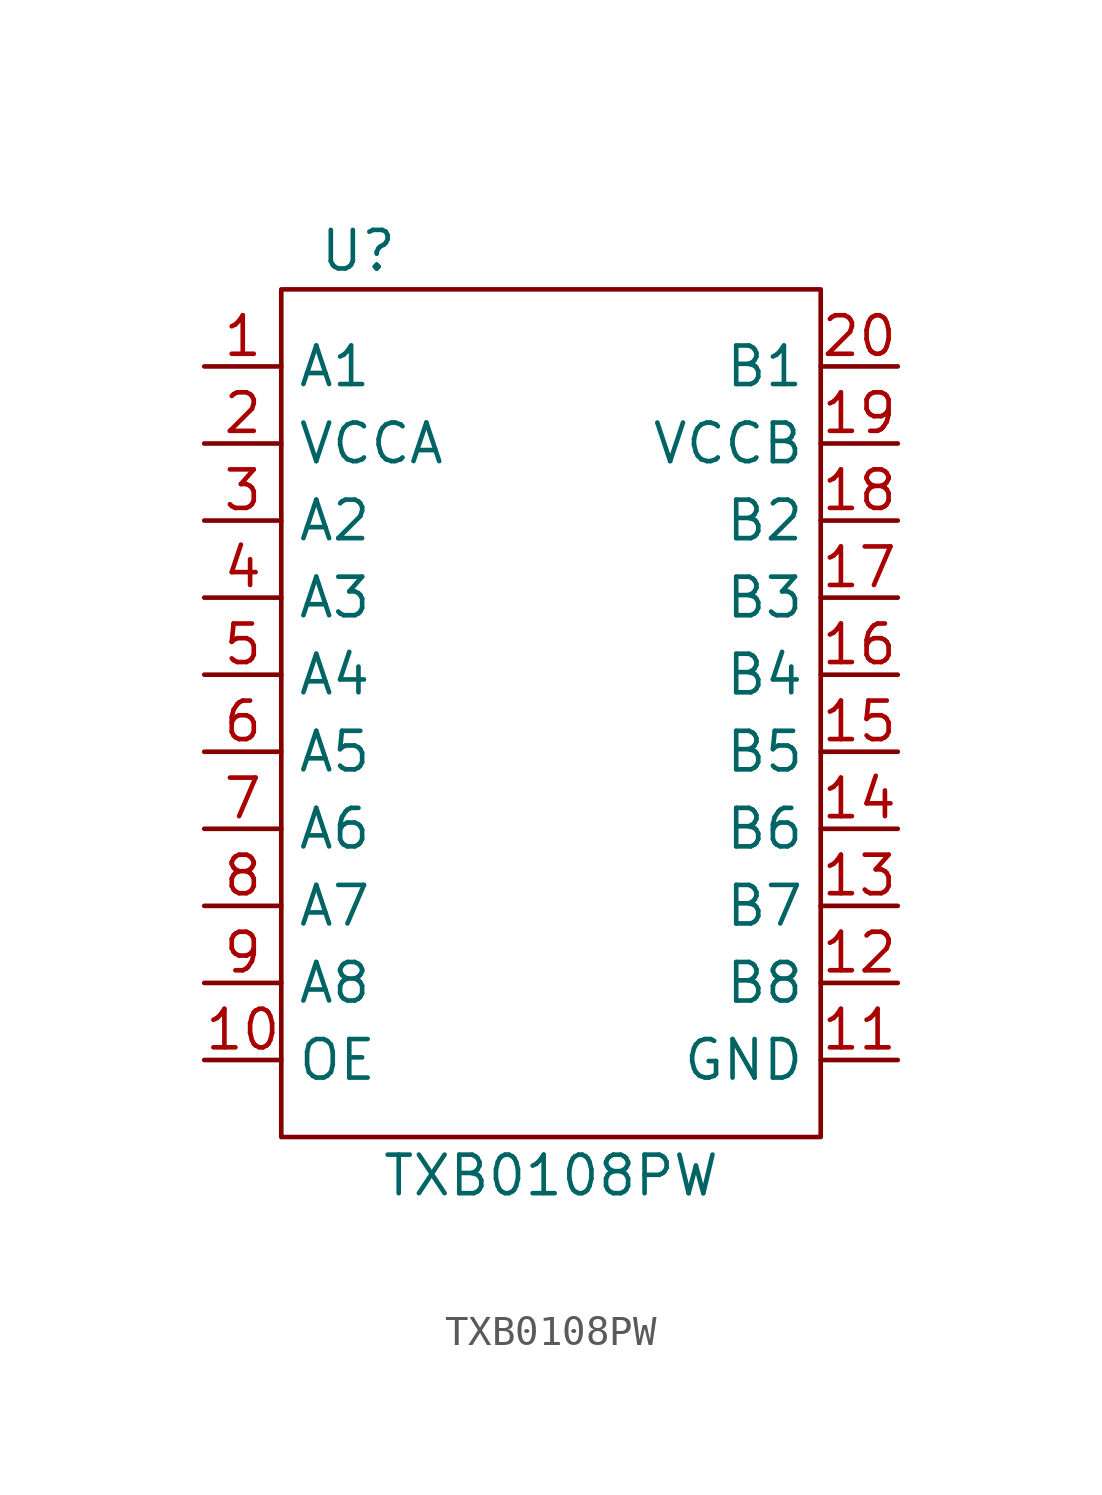
<source format=kicad_sym>
(kicad_symbol_lib
  (version 20220914)
  (generator kicad_symbol_editor)
  (symbol "TXB0108PW"
    (property "Reference" "U"
      (at -6.35 15.24 0)
      (effects (font (size 1.27 1.27))))
    (property "Value" "TXB0108PW"
      (at 0 -15.24 0)
      (effects (font (size 1.27 1.27))))
    (symbol "TXB0108PW_0_1"
      (rectangle (start -8.89 13.97) (end 8.89 -13.97) (stroke (width 0) (type default)) (fill (type none))))
    (symbol "TXB0108PW_1_1"
      (pin bidirectional line (at -11.43 11.43 0) (length 2.54) (name "A1" (effects (font (size 1.27 1.27)))) (number "1" (effects (font (size 1.27 1.27)))))
      (pin input line (at -11.43 -11.43 0) (length 2.54) (name "OE" (effects (font (size 1.27 1.27)))) (number "10" (effects (font (size 1.27 1.27)))))
      (pin power_in line (at 11.43 -11.43 180) (length 2.54) (name "GND" (effects (font (size 1.27 1.27)))) (number "11" (effects (font (size 1.27 1.27)))))
      (pin bidirectional line (at 11.43 -8.89 180) (length 2.54) (name "B8" (effects (font (size 1.27 1.27)))) (number "12" (effects (font (size 1.27 1.27)))))
      (pin bidirectional line (at 11.43 -6.35 180) (length 2.54) (name "B7" (effects (font (size 1.27 1.27)))) (number "13" (effects (font (size 1.27 1.27)))))
      (pin bidirectional line (at 11.43 -3.81 180) (length 2.54) (name "B6" (effects (font (size 1.27 1.27)))) (number "14" (effects (font (size 1.27 1.27)))))
      (pin bidirectional line (at 11.43 -1.27 180) (length 2.54) (name "B5" (effects (font (size 1.27 1.27)))) (number "15" (effects (font (size 1.27 1.27)))))
      (pin bidirectional line (at 11.43 1.27 180) (length 2.54) (name "B4" (effects (font (size 1.27 1.27)))) (number "16" (effects (font (size 1.27 1.27)))))
      (pin bidirectional line (at 11.43 3.81 180) (length 2.54) (name "B3" (effects (font (size 1.27 1.27)))) (number "17" (effects (font (size 1.27 1.27)))))
      (pin bidirectional line (at 11.43 6.35 180) (length 2.54) (name "B2" (effects (font (size 1.27 1.27)))) (number "18" (effects (font (size 1.27 1.27)))))
      (pin power_in line (at 11.43 8.89 180) (length 2.54) (name "VCCB" (effects (font (size 1.27 1.27)))) (number "19" (effects (font (size 1.27 1.27)))))
      (pin power_in line (at -11.43 8.89 0) (length 2.54) (name "VCCA" (effects (font (size 1.27 1.27)))) (number "2" (effects (font (size 1.27 1.27)))))
      (pin bidirectional line (at 11.43 11.43 180) (length 2.54) (name "B1" (effects (font (size 1.27 1.27)))) (number "20" (effects (font (size 1.27 1.27)))))
      (pin bidirectional line (at -11.43 6.35 0) (length 2.54) (name "A2" (effects (font (size 1.27 1.27)))) (number "3" (effects (font (size 1.27 1.27)))))
      (pin bidirectional line (at -11.43 3.81 0) (length 2.54) (name "A3" (effects (font (size 1.27 1.27)))) (number "4" (effects (font (size 1.27 1.27)))))
      (pin bidirectional line (at -11.43 1.27 0) (length 2.54) (name "A4" (effects (font (size 1.27 1.27)))) (number "5" (effects (font (size 1.27 1.27)))))
      (pin bidirectional line (at -11.43 -1.27 0) (length 2.54) (name "A5" (effects (font (size 1.27 1.27)))) (number "6" (effects (font (size 1.27 1.27)))))
      (pin bidirectional line (at -11.43 -3.81 0) (length 2.54) (name "A6" (effects (font (size 1.27 1.27)))) (number "7" (effects (font (size 1.27 1.27)))))
      (pin bidirectional line (at -11.43 -6.35 0) (length 2.54) (name "A7" (effects (font (size 1.27 1.27)))) (number "8" (effects (font (size 1.27 1.27)))))
      (pin bidirectional line (at -11.43 -8.89 0) (length 2.54) (name "A8" (effects (font (size 1.27 1.27)))) (number "9" (effects (font (size 1.27 1.27))))))))
</source>
